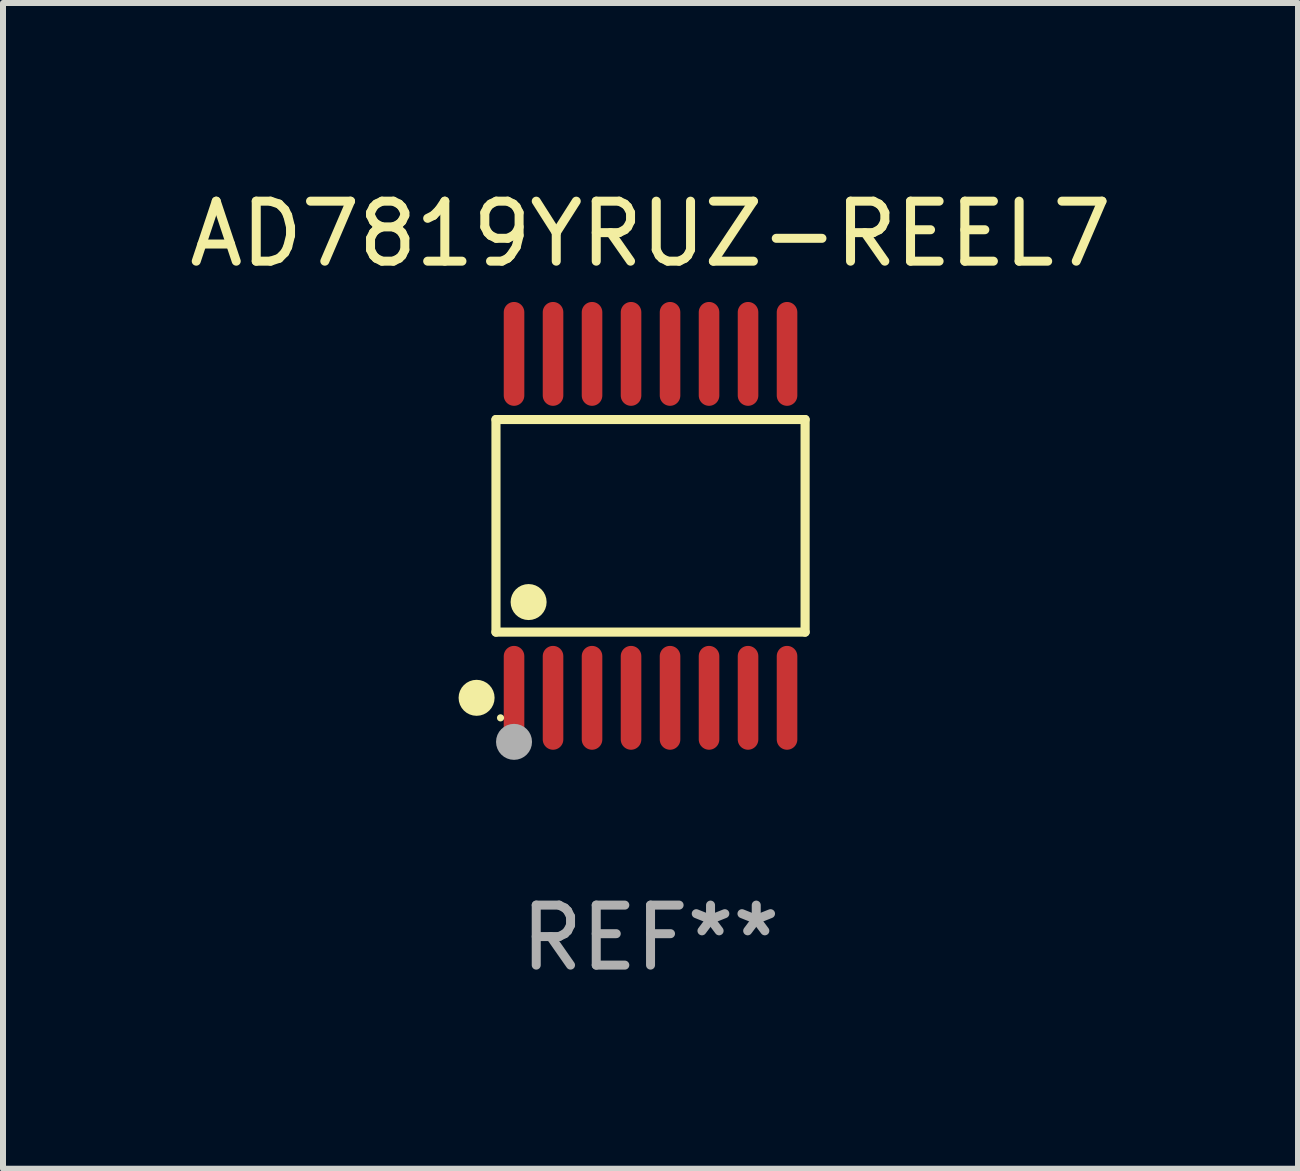
<source format=kicad_pcb>
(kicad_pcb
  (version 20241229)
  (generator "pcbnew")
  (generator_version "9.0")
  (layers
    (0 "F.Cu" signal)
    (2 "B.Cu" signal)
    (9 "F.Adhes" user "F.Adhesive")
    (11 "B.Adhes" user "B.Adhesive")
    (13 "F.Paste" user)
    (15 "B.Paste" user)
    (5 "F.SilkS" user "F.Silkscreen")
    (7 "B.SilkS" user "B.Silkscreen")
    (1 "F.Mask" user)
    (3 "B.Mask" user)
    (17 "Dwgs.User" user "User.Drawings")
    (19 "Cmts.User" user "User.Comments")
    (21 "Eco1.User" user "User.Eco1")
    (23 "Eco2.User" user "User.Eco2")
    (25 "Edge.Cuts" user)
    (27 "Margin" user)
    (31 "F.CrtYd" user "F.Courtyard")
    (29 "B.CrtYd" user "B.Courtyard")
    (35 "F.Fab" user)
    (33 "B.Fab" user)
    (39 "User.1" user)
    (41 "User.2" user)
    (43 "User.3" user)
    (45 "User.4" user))
  (footprint "AD7819YRUZ-REEL7"
    (layer "F.Cu")
    (at 7.792 5.714)
    (property "Reference" "AD7819YRUZ-REEL7" (at 0 -4.866 0) (layer "F.SilkS") (effects (font (size 1 1) (thickness 0.15))))
    (attr through_hole)
    (fp_line (start -2.576 -1.772) (end 2.576 -1.772) (stroke (width 0.152) (type solid)) (layer "F.SilkS"))
    (fp_line (start -2.576 1.771) (end -2.576 -1.772) (stroke (width 0.152) (type solid)) (layer "F.SilkS"))
    (fp_line (start 2.576 -1.772) (end 2.576 1.771) (stroke (width 0.152) (type solid)) (layer "F.SilkS"))
    (fp_line (start 2.576 1.771) (end -2.576 1.771) (stroke (width 0.152) (type solid)) (layer "F.SilkS"))
    (fp_circle (center -2.899 2.866) (end -2.749 2.866) (stroke (width 0.3) (type solid)) (fill no) (layer "F.SilkS"))
    (fp_circle (center -2.5 3.2) (end -2.47 3.2) (stroke (width 0.06) (type solid)) (fill no) (layer "F.SilkS"))
    (fp_circle (center -2.032 1.27) (end -1.882 1.27) (stroke (width 0.3) (type solid)) (fill no) (layer "F.SilkS"))
    (fp_circle (center -2.275 3.6) (end -2.125 3.6) (stroke (width 0.3) (type solid)) (fill no) (layer "F.Fab"))
    (fp_text user "REF**" (at 0 6.866 0) (layer "F.Fab") (effects (font (size 1 1) (thickness 0.15))))
    (pad "1" smd oval (at -2.275 2.866) (size 0.343 1.731) (layers "F.Cu" "F.Mask" "F.Paste"))
    (pad "2" smd oval (at -1.625 2.866) (size 0.343 1.731) (layers "F.Cu" "F.Mask" "F.Paste"))
    (pad "3" smd oval (at -0.975 2.866) (size 0.343 1.731) (layers "F.Cu" "F.Mask" "F.Paste"))
    (pad "4" smd oval (at -0.325 2.866) (size 0.343 1.731) (layers "F.Cu" "F.Mask" "F.Paste"))
    (pad "5" smd oval (at 0.325 2.866) (size 0.343 1.731) (layers "F.Cu" "F.Mask" "F.Paste"))
    (pad "6" smd oval (at 0.975 2.866) (size 0.343 1.731) (layers "F.Cu" "F.Mask" "F.Paste"))
    (pad "7" smd oval (at 1.625 2.866) (size 0.343 1.731) (layers "F.Cu" "F.Mask" "F.Paste"))
    (pad "8" smd oval (at 2.275 2.866) (size 0.343 1.731) (layers "F.Cu" "F.Mask" "F.Paste"))
    (pad "9" smd oval (at 2.275 -2.866) (size 0.343 1.731) (layers "F.Cu" "F.Mask" "F.Paste"))
    (pad "10" smd oval (at 1.625 -2.866) (size 0.343 1.731) (layers "F.Cu" "F.Mask" "F.Paste"))
    (pad "11" smd oval (at 0.975 -2.866) (size 0.343 1.731) (layers "F.Cu" "F.Mask" "F.Paste"))
    (pad "12" smd oval (at 0.325 -2.866) (size 0.343 1.731) (layers "F.Cu" "F.Mask" "F.Paste"))
    (pad "13" smd oval (at -0.325 -2.866) (size 0.343 1.731) (layers "F.Cu" "F.Mask" "F.Paste"))
    (pad "14" smd oval (at -0.975 -2.866) (size 0.343 1.731) (layers "F.Cu" "F.Mask" "F.Paste"))
    (pad "15" smd oval (at -1.625 -2.866) (size 0.343 1.731) (layers "F.Cu" "F.Mask" "F.Paste"))
    (pad "16" smd oval (at -2.275 -2.866) (size 0.343 1.731) (layers "F.Cu" "F.Mask" "F.Paste")))
  (gr_rect
    (start -3 -3)
    (end 18.583 16.428)
    (stroke (width 0.1) (type default))
    (fill no)
    (layer "Edge.Cuts")))
</source>
